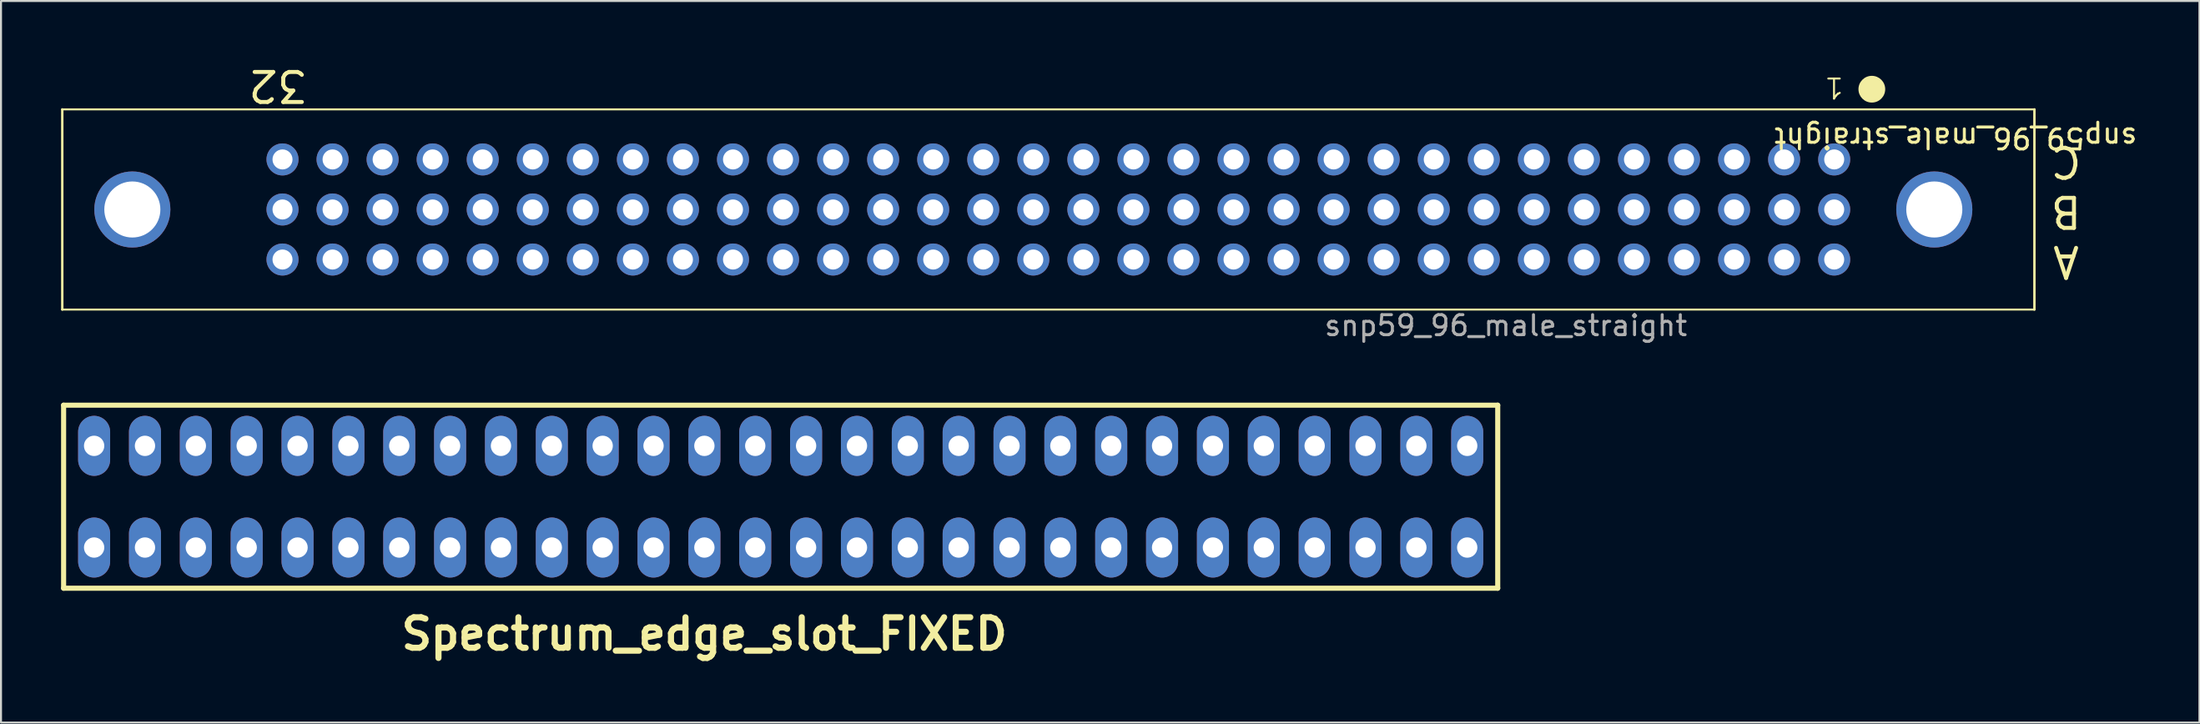
<source format=kicad_pcb>
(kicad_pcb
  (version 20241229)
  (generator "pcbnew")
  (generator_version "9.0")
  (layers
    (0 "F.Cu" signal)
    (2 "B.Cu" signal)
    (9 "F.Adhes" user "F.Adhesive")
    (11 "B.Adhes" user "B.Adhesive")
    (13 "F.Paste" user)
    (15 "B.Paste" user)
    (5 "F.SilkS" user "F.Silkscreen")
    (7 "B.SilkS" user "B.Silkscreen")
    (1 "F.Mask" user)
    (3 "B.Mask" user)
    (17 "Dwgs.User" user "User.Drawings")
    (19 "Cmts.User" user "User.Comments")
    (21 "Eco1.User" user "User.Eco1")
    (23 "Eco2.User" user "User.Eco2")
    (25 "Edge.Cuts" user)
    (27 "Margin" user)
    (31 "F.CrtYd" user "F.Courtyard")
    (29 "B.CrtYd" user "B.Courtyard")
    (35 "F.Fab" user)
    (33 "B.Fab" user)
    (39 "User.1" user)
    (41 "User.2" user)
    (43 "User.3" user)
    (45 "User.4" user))
  (footprint "snp59_96_male_straight"
    (layer "F.Cu")
    (at 88.56 9.915)
    (property "Reference" "snp59_96_male_straight" (at 6.071 -6.071 180) (unlocked yes) (layer "F.SilkS") (effects (font (size 1 1) (thickness 0.15))))
    (attr through_hole)
    (fp_line (start -88.5 -7.5) (end 10 -7.5) (stroke (width 0.1) (type default)) (layer "F.SilkS"))
    (fp_line (start -88.5 2.5) (end -88.5 -7.5) (stroke (width 0.12) (type solid)) (layer "F.SilkS"))
    (fp_line (start -88.5 2.5) (end 10 2.5) (stroke (width 0.1) (type default)) (layer "F.SilkS"))
    (fp_line (start 10 -7.5) (end 10 2.5) (stroke (width 0.12) (type solid)) (layer "F.SilkS"))
    (fp_circle (center 1.88 -8.509) (end 2.488 -8.509) (stroke (width 0.12) (type solid)) (fill yes) (layer "F.SilkS"))
    (fp_text user "32" (at -77.749 -8.687 180) (unlocked yes) (layer "F.SilkS") (effects (font (size 1.5 1.5) (thickness 0.2))))
    (fp_text user "A" (at 11.582 0.102 180) (unlocked yes) (layer "F.SilkS") (effects (font (size 1.5 1.5) (thickness 0.2))))
    (fp_text user "C" (at 11.582 -4.898 180) (unlocked yes) (layer "F.SilkS") (effects (font (size 1.5 1.5) (thickness 0.2))))
    (fp_text user "1" (at 0.533 -9.169 180) (unlocked yes) (layer "F.SilkS") (effects (font (size 1 1) (thickness 0.1)) (justify left bottom)))
    (fp_text user "B" (at 11.582 -2.398 180) (unlocked yes) (layer "F.SilkS") (effects (font (size 1.5 1.5) (thickness 0.2))))
    (fp_text user "${REFERENCE}" (at -16.4 3.3 0) (unlocked yes) (layer "F.Fab") (effects (font (size 1 1) (thickness 0.15))))
    (pad "" thru_hole circle (at -85 -2.5) (size 3.8 3.8) (drill 2.8) (layers "*.Cu" "*.Mask"))
    (pad "" thru_hole circle (at 5 -2.5) (size 3.8 3.8) (drill 2.8) (layers "*.Cu" "*.Mask"))
    (pad "1" thru_hole circle (at 0 -5) (size 1.6 1.6) (drill 1) (layers "*.Cu" "*.Mask"))
    (pad "1" thru_hole circle (at 0 -2.5) (size 1.6 1.6) (drill 1) (layers "*.Cu" "*.Mask"))
    (pad "2" thru_hole circle (at -2.5 -5) (size 1.6 1.6) (drill 1) (layers "*.Cu" "*.Mask"))
    (pad "2" thru_hole circle (at -2.5 -2.5) (size 1.6 1.6) (drill 1) (layers "*.Cu" "*.Mask"))
    (pad "3" thru_hole circle (at -5 -5) (size 1.6 1.6) (drill 1) (layers "*.Cu" "*.Mask"))
    (pad "3" thru_hole circle (at -5 -2.5) (size 1.6 1.6) (drill 1) (layers "*.Cu" "*.Mask"))
    (pad "4" thru_hole circle (at -7.5 -5) (size 1.6 1.6) (drill 1) (layers "*.Cu" "*.Mask"))
    (pad "4" thru_hole circle (at -7.5 -2.5) (size 1.6 1.6) (drill 1) (layers "*.Cu" "*.Mask"))
    (pad "5" thru_hole circle (at -10 -5) (size 1.6 1.6) (drill 1) (layers "*.Cu" "*.Mask"))
    (pad "5" thru_hole circle (at -10 -2.5) (size 1.6 1.6) (drill 1) (layers "*.Cu" "*.Mask"))
    (pad "6" thru_hole circle (at -12.5 -5) (size 1.6 1.6) (drill 1) (layers "*.Cu" "*.Mask"))
    (pad "6" thru_hole circle (at -12.5 -2.5) (size 1.6 1.6) (drill 1) (layers "*.Cu" "*.Mask"))
    (pad "7" thru_hole circle (at -15 -5) (size 1.6 1.6) (drill 1) (layers "*.Cu" "*.Mask"))
    (pad "7" thru_hole circle (at -15 -2.5) (size 1.6 1.6) (drill 1) (layers "*.Cu" "*.Mask"))
    (pad "8" thru_hole circle (at -17.5 -5) (size 1.6 1.6) (drill 1) (layers "*.Cu" "*.Mask"))
    (pad "8" thru_hole circle (at -17.5 -2.5) (size 1.6 1.6) (drill 1) (layers "*.Cu" "*.Mask"))
    (pad "9" thru_hole circle (at -20 -5) (size 1.6 1.6) (drill 1) (layers "*.Cu" "*.Mask"))
    (pad "9" thru_hole circle (at -20 -2.5) (size 1.6 1.6) (drill 1) (layers "*.Cu" "*.Mask"))
    (pad "10" thru_hole circle (at -22.5 -5) (size 1.6 1.6) (drill 1) (layers "*.Cu" "*.Mask"))
    (pad "10" thru_hole circle (at -22.5 -2.5) (size 1.6 1.6) (drill 1) (layers "*.Cu" "*.Mask"))
    (pad "11" thru_hole circle (at -25 -5) (size 1.6 1.6) (drill 1) (layers "*.Cu" "*.Mask"))
    (pad "11" thru_hole circle (at -25 -2.5) (size 1.6 1.6) (drill 1) (layers "*.Cu" "*.Mask"))
    (pad "12" thru_hole circle (at -27.5 -5) (size 1.6 1.6) (drill 1) (layers "*.Cu" "*.Mask"))
    (pad "12" thru_hole circle (at -27.5 -2.5) (size 1.6 1.6) (drill 1) (layers "*.Cu" "*.Mask"))
    (pad "13" thru_hole circle (at -30 -5) (size 1.6 1.6) (drill 1) (layers "*.Cu" "*.Mask"))
    (pad "13" thru_hole circle (at -30 -2.5) (size 1.6 1.6) (drill 1) (layers "*.Cu" "*.Mask"))
    (pad "14" thru_hole circle (at -32.5 -5) (size 1.6 1.6) (drill 1) (layers "*.Cu" "*.Mask"))
    (pad "14" thru_hole circle (at -32.5 -2.5) (size 1.6 1.6) (drill 1) (layers "*.Cu" "*.Mask"))
    (pad "15" thru_hole circle (at -35 -5) (size 1.6 1.6) (drill 1) (layers "*.Cu" "*.Mask"))
    (pad "15" thru_hole circle (at -35 -2.5) (size 1.6 1.6) (drill 1) (layers "*.Cu" "*.Mask"))
    (pad "16" thru_hole circle (at -37.5 -5) (size 1.6 1.6) (drill 1) (layers "*.Cu" "*.Mask"))
    (pad "16" thru_hole circle (at -37.5 -2.5) (size 1.6 1.6) (drill 1) (layers "*.Cu" "*.Mask"))
    (pad "17" thru_hole circle (at -40 -5) (size 1.6 1.6) (drill 1) (layers "*.Cu" "*.Mask"))
    (pad "17" thru_hole circle (at -40 -2.5) (size 1.6 1.6) (drill 1) (layers "*.Cu" "*.Mask"))
    (pad "18" thru_hole circle (at -42.5 -5) (size 1.6 1.6) (drill 1) (layers "*.Cu" "*.Mask"))
    (pad "18" thru_hole circle (at -42.5 -2.5) (size 1.6 1.6) (drill 1) (layers "*.Cu" "*.Mask"))
    (pad "19" thru_hole circle (at -45 -5) (size 1.6 1.6) (drill 1) (layers "*.Cu" "*.Mask"))
    (pad "19" thru_hole circle (at -45 -2.5) (size 1.6 1.6) (drill 1) (layers "*.Cu" "*.Mask"))
    (pad "20" thru_hole circle (at -47.5 -5) (size 1.6 1.6) (drill 1) (layers "*.Cu" "*.Mask"))
    (pad "20" thru_hole circle (at -47.5 -2.5) (size 1.6 1.6) (drill 1) (layers "*.Cu" "*.Mask"))
    (pad "21" thru_hole circle (at -50 -5) (size 1.6 1.6) (drill 1) (layers "*.Cu" "*.Mask"))
    (pad "21" thru_hole circle (at -50 -2.5) (size 1.6 1.6) (drill 1) (layers "*.Cu" "*.Mask"))
    (pad "22" thru_hole circle (at -52.5 -5) (size 1.6 1.6) (drill 1) (layers "*.Cu" "*.Mask"))
    (pad "22" thru_hole circle (at -52.5 -2.5) (size 1.6 1.6) (drill 1) (layers "*.Cu" "*.Mask"))
    (pad "23" thru_hole circle (at -55 -5) (size 1.6 1.6) (drill 1) (layers "*.Cu" "*.Mask"))
    (pad "23" thru_hole circle (at -55 -2.5) (size 1.6 1.6) (drill 1) (layers "*.Cu" "*.Mask"))
    (pad "24" thru_hole circle (at -57.5 -5) (size 1.6 1.6) (drill 1) (layers "*.Cu" "*.Mask"))
    (pad "24" thru_hole circle (at -57.5 -2.5) (size 1.6 1.6) (drill 1) (layers "*.Cu" "*.Mask"))
    (pad "25" thru_hole circle (at -60 -5) (size 1.6 1.6) (drill 1) (layers "*.Cu" "*.Mask"))
    (pad "25" thru_hole circle (at -60 -2.5) (size 1.6 1.6) (drill 1) (layers "*.Cu" "*.Mask"))
    (pad "26" thru_hole circle (at -62.5 -5) (size 1.6 1.6) (drill 1) (layers "*.Cu" "*.Mask"))
    (pad "26" thru_hole circle (at -62.5 -2.5) (size 1.6 1.6) (drill 1) (layers "*.Cu" "*.Mask"))
    (pad "27" thru_hole circle (at -65 -5) (size 1.6 1.6) (drill 1) (layers "*.Cu" "*.Mask"))
    (pad "27" thru_hole circle (at -65 -2.5) (size 1.6 1.6) (drill 1) (layers "*.Cu" "*.Mask"))
    (pad "28" thru_hole circle (at -67.5 -5) (size 1.6 1.6) (drill 1) (layers "*.Cu" "*.Mask"))
    (pad "28" thru_hole circle (at -67.5 -2.5) (size 1.6 1.6) (drill 1) (layers "*.Cu" "*.Mask"))
    (pad "29" thru_hole circle (at -70 -5) (size 1.6 1.6) (drill 1) (layers "*.Cu" "*.Mask"))
    (pad "29" thru_hole circle (at -70 -2.5) (size 1.6 1.6) (drill 1) (layers "*.Cu" "*.Mask"))
    (pad "30" thru_hole circle (at -72.5 -5) (size 1.6 1.6) (drill 1) (layers "*.Cu" "*.Mask"))
    (pad "30" thru_hole circle (at -72.5 -2.5) (size 1.6 1.6) (drill 1) (layers "*.Cu" "*.Mask"))
    (pad "31" thru_hole circle (at -75 -5) (size 1.6 1.6) (drill 1) (layers "*.Cu" "*.Mask"))
    (pad "31" thru_hole circle (at -75 -2.5) (size 1.6 1.6) (drill 1) (layers "*.Cu" "*.Mask"))
    (pad "32" thru_hole circle (at -77.5 -5) (size 1.6 1.6) (drill 1) (layers "*.Cu" "*.Mask"))
    (pad "32" thru_hole circle (at -77.5 -2.5) (size 1.6 1.6) (drill 1) (layers "*.Cu" "*.Mask"))
    (pad "33" thru_hole circle (at 0 0) (size 1.6 1.6) (drill 1) (layers "*.Cu" "*.Mask"))
    (pad "34" thru_hole circle (at -2.5 0) (size 1.6 1.6) (drill 1) (layers "*.Cu" "*.Mask"))
    (pad "35" thru_hole circle (at -5 0) (size 1.6 1.6) (drill 1) (layers "*.Cu" "*.Mask"))
    (pad "36" thru_hole circle (at -7.5 0) (size 1.6 1.6) (drill 1) (layers "*.Cu" "*.Mask"))
    (pad "37" thru_hole circle (at -10 0) (size 1.6 1.6) (drill 1) (layers "*.Cu" "*.Mask"))
    (pad "38" thru_hole circle (at -12.5 0) (size 1.6 1.6) (drill 1) (layers "*.Cu" "*.Mask"))
    (pad "39" thru_hole circle (at -15 0) (size 1.6 1.6) (drill 1) (layers "*.Cu" "*.Mask"))
    (pad "40" thru_hole circle (at -17.5 0) (size 1.6 1.6) (drill 1) (layers "*.Cu" "*.Mask"))
    (pad "41" thru_hole circle (at -20 0) (size 1.6 1.6) (drill 1) (layers "*.Cu" "*.Mask"))
    (pad "42" thru_hole circle (at -22.5 0) (size 1.6 1.6) (drill 1) (layers "*.Cu" "*.Mask"))
    (pad "43" thru_hole circle (at -25 0) (size 1.6 1.6) (drill 1) (layers "*.Cu" "*.Mask"))
    (pad "44" thru_hole circle (at -27.5 0) (size 1.6 1.6) (drill 1) (layers "*.Cu" "*.Mask"))
    (pad "45" thru_hole circle (at -30 0) (size 1.6 1.6) (drill 1) (layers "*.Cu" "*.Mask"))
    (pad "46" thru_hole circle (at -32.5 0) (size 1.6 1.6) (drill 1) (layers "*.Cu" "*.Mask"))
    (pad "47" thru_hole circle (at -35 0) (size 1.6 1.6) (drill 1) (layers "*.Cu" "*.Mask"))
    (pad "48" thru_hole circle (at -37.5 0) (size 1.6 1.6) (drill 1) (layers "*.Cu" "*.Mask"))
    (pad "49" thru_hole circle (at -40 0) (size 1.6 1.6) (drill 1) (layers "*.Cu" "*.Mask"))
    (pad "50" thru_hole circle (at -42.5 0) (size 1.6 1.6) (drill 1) (layers "*.Cu" "*.Mask"))
    (pad "51" thru_hole circle (at -45 0) (size 1.6 1.6) (drill 1) (layers "*.Cu" "*.Mask"))
    (pad "52" thru_hole circle (at -47.5 0) (size 1.6 1.6) (drill 1) (layers "*.Cu" "*.Mask"))
    (pad "53" thru_hole circle (at -50 0) (size 1.6 1.6) (drill 1) (layers "*.Cu" "*.Mask"))
    (pad "54" thru_hole circle (at -52.5 0) (size 1.6 1.6) (drill 1) (layers "*.Cu" "*.Mask"))
    (pad "55" thru_hole circle (at -55 0) (size 1.6 1.6) (drill 1) (layers "*.Cu" "*.Mask"))
    (pad "56" thru_hole circle (at -57.5 0) (size 1.6 1.6) (drill 1) (layers "*.Cu" "*.Mask"))
    (pad "57" thru_hole circle (at -60 0) (size 1.6 1.6) (drill 1) (layers "*.Cu" "*.Mask"))
    (pad "58" thru_hole circle (at -62.5 0) (size 1.6 1.6) (drill 1) (layers "*.Cu" "*.Mask"))
    (pad "59" thru_hole circle (at -65 0) (size 1.6 1.6) (drill 1) (layers "*.Cu" "*.Mask"))
    (pad "60" thru_hole circle (at -67.5 0) (size 1.6 1.6) (drill 1) (layers "*.Cu" "*.Mask"))
    (pad "61" thru_hole circle (at -70 0) (size 1.6 1.6) (drill 1) (layers "*.Cu" "*.Mask"))
    (pad "62" thru_hole circle (at -72.5 0) (size 1.6 1.6) (drill 1) (layers "*.Cu" "*.Mask"))
    (pad "63" thru_hole circle (at -75 0) (size 1.6 1.6) (drill 1) (layers "*.Cu" "*.Mask"))
    (pad "64" thru_hole circle (at -77.5 0) (size 1.6 1.6) (drill 1) (layers "*.Cu" "*.Mask")))
  (footprint "Spectrum_edge_slot_FIXED"
    (layer "F.Cu")
    (at 32.131 21.763)
    (property "Reference" "Spectrum_edge_slot_FIXED" (at 0 6.858 0) (layer "F.SilkS") (effects (font (size 1.524 1.524) (thickness 0.305))))
    (attr through_hole)
    (fp_line (start -32.004 -4.572) (end 39.624 -4.572) (stroke (width 0.254) (type solid)) (layer "F.SilkS"))
    (fp_line (start -32.004 4.572) (end -32.004 -4.572) (stroke (width 0.254) (type solid)) (layer "F.SilkS"))
    (fp_line (start 39.624 -4.572) (end 39.624 4.572) (stroke (width 0.254) (type solid)) (layer "F.SilkS"))
    (fp_line (start 39.624 4.572) (end -32.004 4.572) (stroke (width 0.254) (type solid)) (layer "F.SilkS"))
    (pad "1" thru_hole oval (at 38.1 2.54 180) (size 1.6 3) (drill 1.016) (layers "*.Cu" "*.Mask"))
    (pad "2" thru_hole oval (at 35.56 2.54 180) (size 1.6 3) (drill 1.016) (layers "*.Cu" "*.Mask"))
    (pad "3" thru_hole oval (at 33.02 2.54 180) (size 1.6 3) (drill 1.016) (layers "*.Cu" "*.Mask"))
    (pad "4" thru_hole oval (at 30.48 2.54 180) (size 1.6 3) (drill 1.016) (layers "*.Cu" "*.Mask"))
    (pad "5" thru_hole oval (at 27.94 2.54 180) (size 1.6 3) (drill 1.016) (layers "*.Cu" "*.Mask"))
    (pad "6" thru_hole oval (at 25.4 2.54 180) (size 1.6 3) (drill 1.016) (layers "*.Cu" "*.Mask"))
    (pad "7" thru_hole oval (at 22.86 2.54 180) (size 1.6 3) (drill 1.016) (layers "*.Cu" "*.Mask"))
    (pad "8" thru_hole oval (at 20.32 2.54 180) (size 1.6 3) (drill 1.016) (layers "*.Cu" "*.Mask"))
    (pad "9" thru_hole oval (at 17.78 2.54 180) (size 1.6 3) (drill 1.016) (layers "*.Cu" "*.Mask"))
    (pad "10" thru_hole oval (at 15.24 2.54 180) (size 1.6 3) (drill 1.016) (layers "*.Cu" "*.Mask"))
    (pad "11" thru_hole oval (at 12.7 2.54 180) (size 1.6 3) (drill 1.016) (layers "*.Cu" "*.Mask"))
    (pad "12" thru_hole oval (at 10.16 2.54 180) (size 1.6 3) (drill 1.016) (layers "*.Cu" "*.Mask"))
    (pad "13" thru_hole oval (at 7.62 2.54 180) (size 1.6 3) (drill 1.016) (layers "*.Cu" "*.Mask"))
    (pad "14" thru_hole oval (at 5.08 2.54 180) (size 1.6 3) (drill 1.016) (layers "*.Cu" "*.Mask"))
    (pad "15" thru_hole oval (at 2.54 2.54 180) (size 1.6 3) (drill 1.016) (layers "*.Cu" "*.Mask"))
    (pad "16" thru_hole oval (at 0 2.54 180) (size 1.6 3) (drill 1.016) (layers "*.Cu" "*.Mask"))
    (pad "17" thru_hole oval (at -2.54 2.54 180) (size 1.6 3) (drill 1.016) (layers "*.Cu" "*.Mask"))
    (pad "18" thru_hole oval (at -5.08 2.54 180) (size 1.6 3) (drill 1.016) (layers "*.Cu" "*.Mask"))
    (pad "19" thru_hole oval (at -7.62 2.54 180) (size 1.6 3) (drill 1.016) (layers "*.Cu" "*.Mask"))
    (pad "20" thru_hole oval (at -10.16 2.54 180) (size 1.6 3) (drill 1.016) (layers "*.Cu" "*.Mask"))
    (pad "21" thru_hole oval (at -12.7 2.54 180) (size 1.6 3) (drill 1.016) (layers "*.Cu" "*.Mask"))
    (pad "22" thru_hole oval (at -15.24 2.54 180) (size 1.6 3) (drill 1.016) (layers "*.Cu" "*.Mask"))
    (pad "23" thru_hole oval (at -17.78 2.54 180) (size 1.6 3) (drill 1.016) (layers "*.Cu" "*.Mask"))
    (pad "24" thru_hole oval (at -20.32 2.54 180) (size 1.6 3) (drill 1.016) (layers "*.Cu" "*.Mask"))
    (pad "25" thru_hole oval (at -22.86 2.54 180) (size 1.6 3) (drill 1.016) (layers "*.Cu" "*.Mask"))
    (pad "26" thru_hole oval (at -25.4 2.54 180) (size 1.6 3) (drill 1.016) (layers "*.Cu" "*.Mask"))
    (pad "27" thru_hole oval (at -27.94 2.54 180) (size 1.6 3) (drill 1.016) (layers "*.Cu" "*.Mask"))
    (pad "28" thru_hole oval (at -30.48 2.54 180) (size 1.6 3) (drill 1.016) (layers "*.Cu" "*.Mask"))
    (pad "29" thru_hole oval (at 38.1 -2.54 180) (size 1.6 3) (drill 1.016) (layers "*.Cu" "*.Mask"))
    (pad "30" thru_hole oval (at 35.56 -2.54 180) (size 1.6 3) (drill 1.016) (layers "*.Cu" "*.Mask"))
    (pad "31" thru_hole oval (at 33.02 -2.54 180) (size 1.6 3) (drill 1.016) (layers "*.Cu" "*.Mask"))
    (pad "32" thru_hole oval (at 30.48 -2.54 180) (size 1.6 3) (drill 1.016) (layers "*.Cu" "*.Mask"))
    (pad "33" thru_hole oval (at 27.94 -2.54 180) (size 1.6 3) (drill 1.016) (layers "*.Cu" "*.Mask"))
    (pad "34" thru_hole oval (at 25.4 -2.54 180) (size 1.6 3) (drill 1.016) (layers "*.Cu" "*.Mask"))
    (pad "35" thru_hole oval (at 22.86 -2.54 180) (size 1.6 3) (drill 1.016) (layers "*.Cu" "*.Mask"))
    (pad "36" thru_hole oval (at 20.32 -2.54 180) (size 1.6 3) (drill 1.016) (layers "*.Cu" "*.Mask"))
    (pad "37" thru_hole oval (at 17.78 -2.54 180) (size 1.6 3) (drill 1.016) (layers "*.Cu" "*.Mask"))
    (pad "38" thru_hole oval (at 15.24 -2.54 180) (size 1.6 3) (drill 1.016) (layers "*.Cu" "*.Mask"))
    (pad "39" thru_hole oval (at 12.7 -2.54 180) (size 1.6 3) (drill 1.016) (layers "*.Cu" "*.Mask"))
    (pad "40" thru_hole oval (at 10.16 -2.54 180) (size 1.6 3) (drill 1.016) (layers "*.Cu" "*.Mask"))
    (pad "41" thru_hole oval (at 7.62 -2.54 180) (size 1.6 3) (drill 1.016) (layers "*.Cu" "*.Mask"))
    (pad "42" thru_hole oval (at 5.08 -2.54 180) (size 1.6 3) (drill 1.016) (layers "*.Cu" "*.Mask"))
    (pad "43" thru_hole oval (at 2.54 -2.54 180) (size 1.6 3) (drill 1.016) (layers "*.Cu" "*.Mask"))
    (pad "44" thru_hole oval (at 0 -2.54 180) (size 1.6 3) (drill 1.016) (layers "*.Cu" "*.Mask"))
    (pad "45" thru_hole oval (at -2.54 -2.54 180) (size 1.6 3) (drill 1.016) (layers "*.Cu" "*.Mask"))
    (pad "46" thru_hole oval (at -5.08 -2.54 180) (size 1.6 3) (drill 1.016) (layers "*.Cu" "*.Mask"))
    (pad "47" thru_hole oval (at -7.62 -2.54 180) (size 1.6 3) (drill 1.016) (layers "*.Cu" "*.Mask"))
    (pad "48" thru_hole oval (at -10.16 -2.54 180) (size 1.6 3) (drill 1.016) (layers "*.Cu" "*.Mask"))
    (pad "49" thru_hole oval (at -12.7 -2.54 180) (size 1.6 3) (drill 1.016) (layers "*.Cu" "*.Mask"))
    (pad "50" thru_hole oval (at -15.24 -2.54 180) (size 1.6 3) (drill 1.016) (layers "*.Cu" "*.Mask"))
    (pad "51" thru_hole oval (at -17.78 -2.54 180) (size 1.6 3) (drill 1.016) (layers "*.Cu" "*.Mask"))
    (pad "52" thru_hole oval (at -20.32 -2.54 180) (size 1.6 3) (drill 1.016) (layers "*.Cu" "*.Mask"))
    (pad "53" thru_hole oval (at -22.86 -2.54 180) (size 1.6 3) (drill 1.016) (layers "*.Cu" "*.Mask"))
    (pad "54" thru_hole oval (at -25.4 -2.54 180) (size 1.6 3) (drill 1.016) (layers "*.Cu" "*.Mask"))
    (pad "55" thru_hole oval (at -27.94 -2.54 180) (size 1.6 3) (drill 1.016) (layers "*.Cu" "*.Mask"))
    (pad "56" thru_hole oval (at -30.48 -2.54 180) (size 1.6 3) (drill 1.016) (layers "*.Cu" "*.Mask")))
  (gr_rect
    (start -3 -3)
    (end 106.803 33.047)
    (stroke (width 0.1) (type default))
    (fill no)
    (layer "Edge.Cuts")))
</source>
